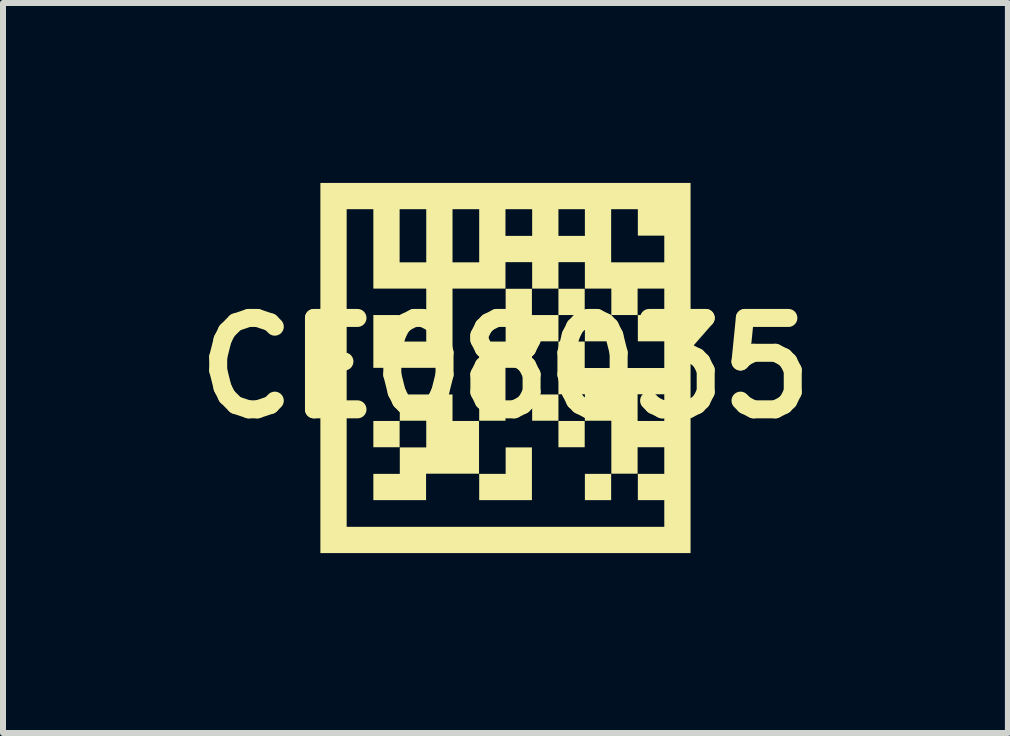
<source format=kicad_pcb>
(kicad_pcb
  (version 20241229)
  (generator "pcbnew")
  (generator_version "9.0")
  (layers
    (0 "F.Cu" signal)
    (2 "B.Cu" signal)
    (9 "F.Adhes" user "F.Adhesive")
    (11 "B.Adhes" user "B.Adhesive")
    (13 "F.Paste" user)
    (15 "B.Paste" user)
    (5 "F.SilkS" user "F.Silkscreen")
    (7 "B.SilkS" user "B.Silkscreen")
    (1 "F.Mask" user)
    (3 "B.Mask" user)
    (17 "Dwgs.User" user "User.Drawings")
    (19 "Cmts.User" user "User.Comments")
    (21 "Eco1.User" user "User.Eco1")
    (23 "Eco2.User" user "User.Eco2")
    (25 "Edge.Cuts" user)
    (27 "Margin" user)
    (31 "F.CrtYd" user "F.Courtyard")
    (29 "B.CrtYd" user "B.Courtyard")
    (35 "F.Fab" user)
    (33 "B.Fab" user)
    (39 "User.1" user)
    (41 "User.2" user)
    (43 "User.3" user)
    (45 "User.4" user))
  (footprint "CE08035"
    (layer "F.Cu")
    (at 5.378 3.086)
    (property "Reference" "CE08035" (at 0 0 0) (layer "F.SilkS") (effects (font (size 1.524 1.524) (thickness 0.3))))
    (attr through_hole)
    (fp_poly (pts (xy -1.765 1.321) (xy -2.203 1.321) (xy -2.203 0.883) (xy -1.765 0.883) (xy -1.765 1.321)) (stroke (width 0) (type solid)) (fill yes) (layer "F.SilkS"))
    (fp_poly (pts (xy 0.883 0.879) (xy 0.445 0.879) (xy 0.445 0.441) (xy 0.883 0.441) (xy 0.883 0.879)) (stroke (width 0) (type solid)) (fill yes) (layer "F.SilkS"))
    (fp_poly (pts (xy 1.321 -0.883) (xy 0.883 -0.883) (xy 0.883 -1.321) (xy 1.321 -1.321) (xy 1.321 -0.883)) (stroke (width 0) (type solid)) (fill yes) (layer "F.SilkS"))
    (fp_poly (pts (xy 1.321 1.321) (xy 0.883 1.321) (xy 0.883 0.883) (xy 1.321 0.883) (xy 1.321 1.321)) (stroke (width 0) (type solid)) (fill yes) (layer "F.SilkS"))
    (fp_poly (pts (xy 1.762 -0.445) (xy 1.324 -0.445) (xy 1.324 -0.883) (xy 1.762 -0.883) (xy 1.762 -0.445)) (stroke (width 0) (type solid)) (fill yes) (layer "F.SilkS"))
    (fp_poly (pts (xy 1.762 2.203) (xy 1.324 2.203) (xy 1.324 1.765) (xy 1.762 1.765) (xy 1.762 2.203)) (stroke (width 0) (type solid)) (fill yes) (layer "F.SilkS"))
    (fp_poly (pts (xy 0.441 2.203) (xy -0.438 2.203) (xy -0.438 1.765) (xy 0.003 1.765) (xy 0.003 1.324) (xy 0.441 1.324) (xy 0.441 2.203)) (stroke (width 0) (type solid)) (fill yes) (layer "F.SilkS"))
    (fp_poly (pts (xy 0.441 -0.883) (xy 0.883 -0.883) (xy 0.883 -0.445) (xy 0.441 -0.445) (xy 0.441 -0.003) (xy 0 -0.003) (xy 0 0.879) (xy -0.438 0.879) (xy -0.438 -0.441) (xy 0.003 -0.441) (xy 0.003 -1.321) (xy 0.441 -1.321) (xy 0.441 -0.883)) (stroke (width 0) (type solid)) (fill yes) (layer "F.SilkS"))
    (fp_poly (pts (xy -0.883 0.883) (xy -0.441 0.883) (xy -0.441 1.762) (xy -1.324 1.762) (xy -1.324 2.203) (xy -2.203 2.203) (xy -2.203 1.765) (xy -1.762 1.765) (xy -1.762 1.324) (xy -1.321 1.324) (xy -1.321 0.879) (xy -1.762 0.879) (xy -1.762 0.441) (xy -0.883 0.441) (xy -0.883 0.883)) (stroke (width 0) (type solid)) (fill yes) (layer "F.SilkS"))
    (fp_poly (pts (xy 3.086 3.086) (xy -3.086 3.086) (xy -3.086 -2.648) (xy -2.648 -2.648) (xy -2.648 2.648) (xy 2.648 2.648) (xy 2.648 2.203) (xy 2.207 2.203) (xy 2.207 1.765) (xy 2.648 1.765) (xy 2.648 1.321) (xy 2.203 1.321) (xy 2.203 1.762) (xy 1.765 1.762) (xy 1.765 0.879) (xy 1.324 0.879) (xy 1.324 0.438) (xy 2.203 0.438) (xy 2.203 0.883) (xy 2.648 0.883) (xy 2.648 0.438) (xy 2.203 0.438) (xy 1.324 0.438) (xy 0.883 0.438) (xy 0.883 -0.441) (xy 1.321 -0.441) (xy 1.321 0) (xy 2.648 0) (xy 2.648 -0.445) (xy 2.207 -0.445) (xy 2.207 -0.883) (xy 2.648 -0.883) (xy 2.648 -1.324) (xy 2.203 -1.324) (xy 2.203 -0.883) (xy 1.765 -0.883) (xy 1.765 -1.324) (xy 1.324 -1.324) (xy 1.324 -1.765) (xy 0.883 -1.765) (xy 0.883 -1.324) (xy 0.445 -1.324) (xy 0.445 -1.765) (xy 0 -1.765) (xy 0 -1.324) (xy -0.883 -1.324) (xy -0.883 -0.003) (xy -2.203 -0.003) (xy -2.203 -0.883) (xy -1.765 -0.883) (xy -1.765 -0.441) (xy -1.321 -0.441) (xy -1.321 -1.324) (xy -2.203 -1.324) (xy -2.203 -2.648) (xy -1.765 -2.648) (xy -1.765 -1.762) (xy -1.321 -1.762) (xy -1.321 -2.648) (xy -0.883 -2.648) (xy -0.883 -1.762) (xy -0.438 -1.762) (xy -0.438 -2.648) (xy 0 -2.648) (xy 0 -2.203) (xy 0.445 -2.203) (xy 0.445 -2.648) (xy 0.883 -2.648) (xy 0.883 -2.203) (xy 1.324 -2.203) (xy 1.324 -2.648) (xy 1.762 -2.648) (xy 1.762 -1.762) (xy 2.648 -1.762) (xy 2.648 -2.207) (xy 2.207 -2.207) (xy 2.207 -2.648) (xy 1.762 -2.648) (xy 1.324 -2.648) (xy 0.883 -2.648) (xy 0.445 -2.648) (xy 0 -2.648) (xy -0.438 -2.648) (xy -0.883 -2.648) (xy -1.321 -2.648) (xy -1.765 -2.648) (xy -2.203 -2.648) (xy -2.648 -2.648) (xy -3.086 -2.648) (xy -3.086 -3.086) (xy 3.086 -3.086) (xy 3.086 3.086)) (stroke (width 0) (type solid)) (fill yes) (layer "F.SilkS")))
  (gr_rect
    (start -3 -3)
    (end 13.755 9.172)
    (stroke (width 0.1) (type default))
    (fill no)
    (layer "Edge.Cuts")))
</source>
